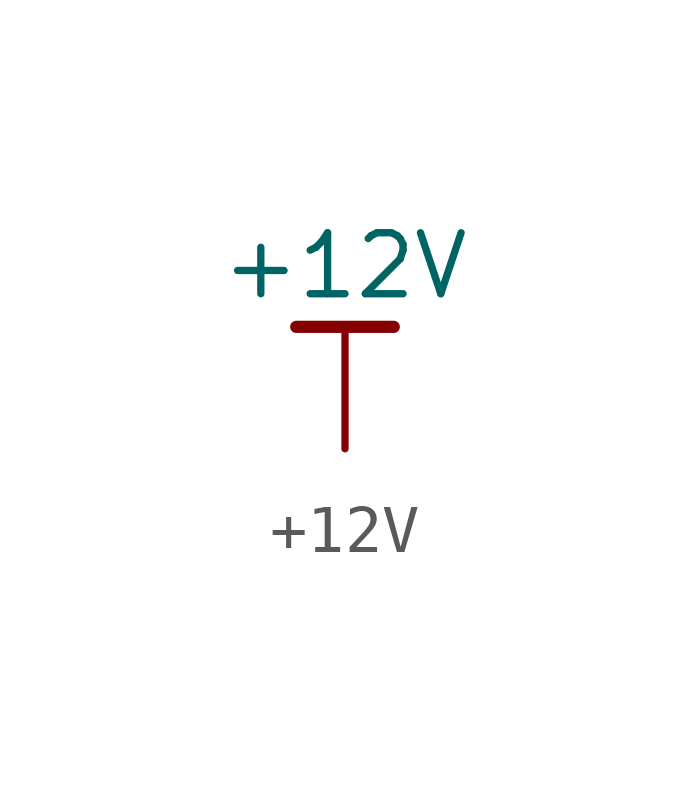
<source format=kicad_sym>
(kicad_symbol_lib
  (version 20211014)
  (generator kicad_symbol_editor)
  (symbol "+12V"
    (power)
    (pin_numbers hide)
    (pin_names
      (offset 0) hide)
    (property "Reference" "#PWR"
      (at 0 -1.905 0)
      (effects (font (size 1.27 1.27)) hide))
    (property "Value" "+12V"
      (at 0 3.81 0)
      (effects (font (size 1.27 1.27))))
    (symbol "+12V_0_1"
      (polyline (pts (xy -1.016 2.54) (xy 1.016 2.54)) (stroke (width 0.254) (type default) (color 0 0 0 0)) (fill (type none)))
      (polyline (pts (xy 0 2.54) (xy 0 0)) (stroke (width 0.152) (type default) (color 0 0 0 0)) (fill (type none))))
    (symbol "+12V_1_1"
      (pin power_in line (at 0 0 90) (length 0) hide (name "+12V" (effects (font (size 0.635 0.635)))) (number "1" (effects (font (size 0.635 0.635))))))))
</source>
